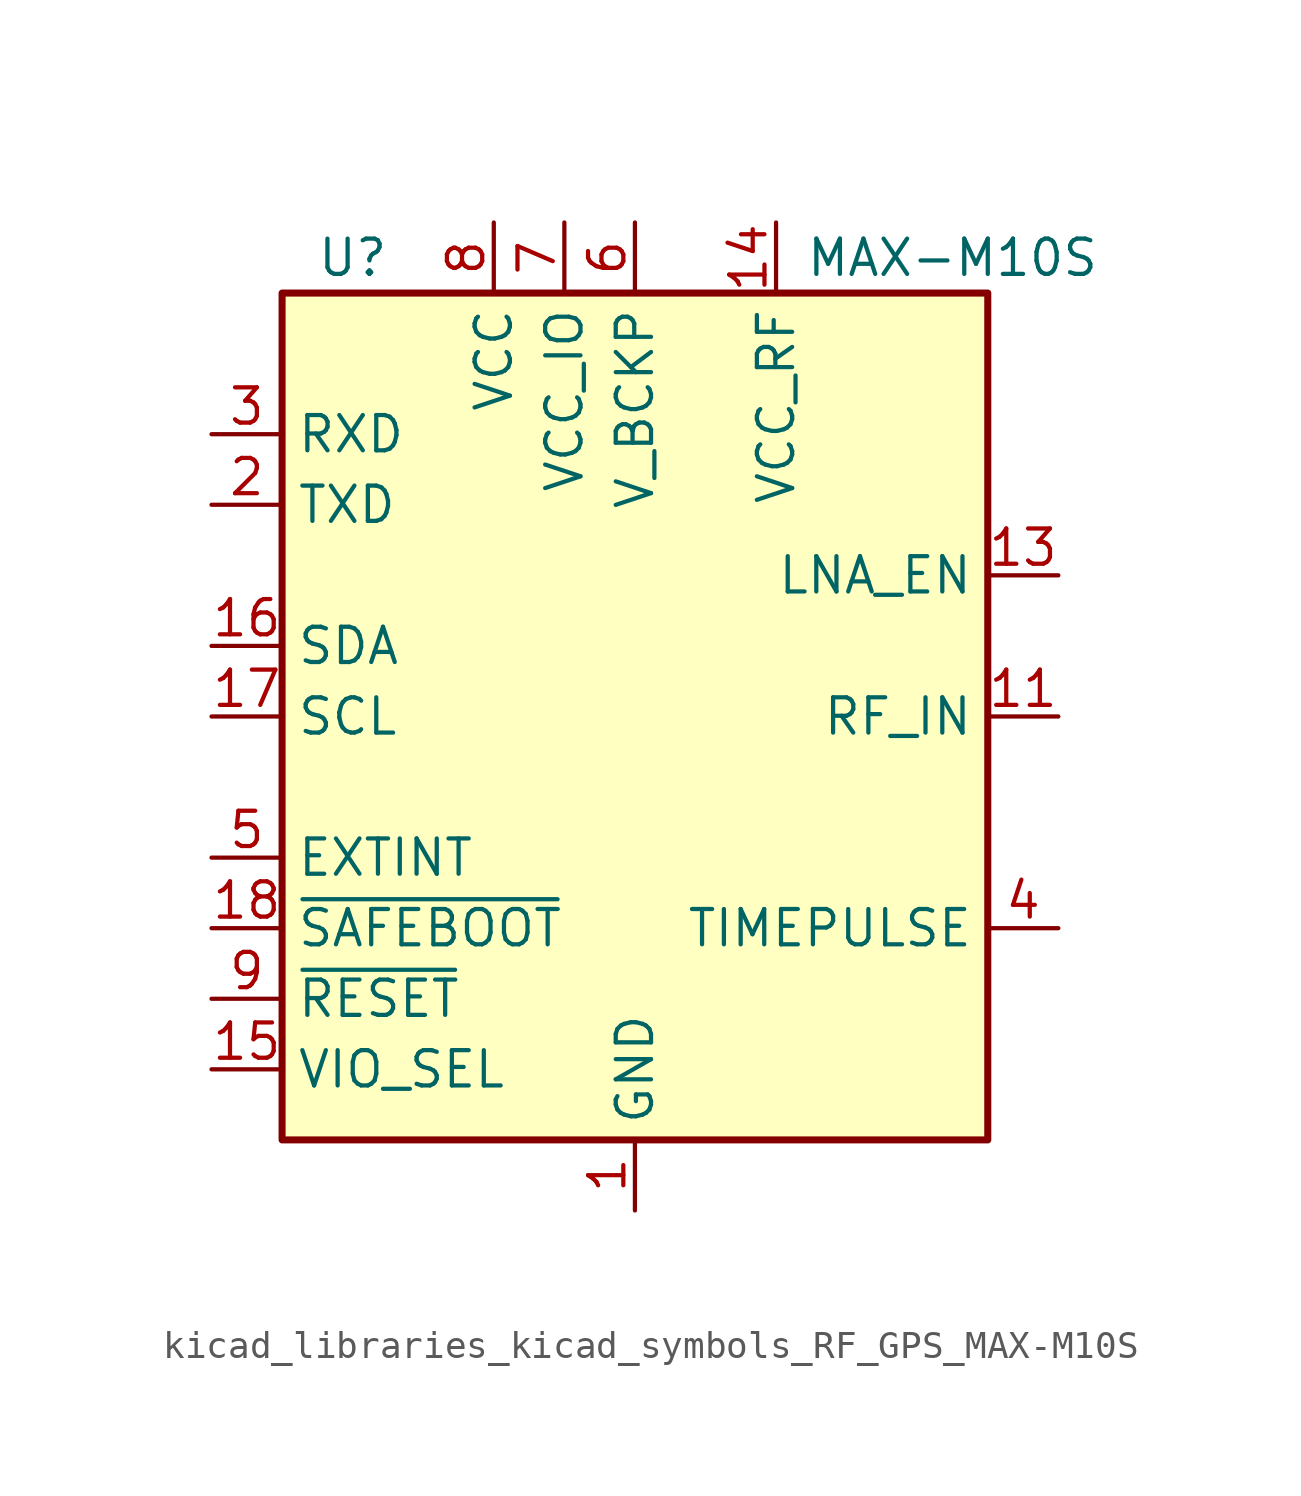
<source format=kicad_sym>
(kicad_symbol_lib
  (version 20220914)
  (generator kicad_symbol_editor)
  (symbol "kicad_libraries_kicad_symbols_RF_GPS_MAX-M10S"
    (property "Reference" "U"
      (at -10.16 16.51 0)
      (effects (font (size 1.27 1.27))))
    (property "Value" "MAX-M10S"
      (at 11.43 16.51 0)
      (effects (font (size 1.27 1.27))))
    (symbol "kicad_libraries_kicad_symbols_RF_GPS_MAX-M10S_0_1"
      (rectangle (start 12.7 15.24) (end -12.7 -15.24) (stroke (width 0.254) (type default)) (fill (type background))))
    (symbol "kicad_libraries_kicad_symbols_RF_GPS_MAX-M10S_1_1"
      (pin power_in line (at 0 -17.78 90) (length 2.54) (name "GND" (effects (font (size 1.27 1.27)))) (number "1" (effects (font (size 1.27 1.27)))))
      (pin passive line (at 0 -17.78 90) (length 2.54) hide (name "GND" (effects (font (size 1.27 1.27)))) (number "10" (effects (font (size 1.27 1.27)))))
      (pin input line (at 15.24 0 180) (length 2.54) (name "RF_IN" (effects (font (size 1.27 1.27)))) (number "11" (effects (font (size 1.27 1.27)))))
      (pin passive line (at 0 -17.78 90) (length 2.54) hide (name "GND" (effects (font (size 1.27 1.27)))) (number "12" (effects (font (size 1.27 1.27)))))
      (pin output line (at 15.24 5.08 180) (length 2.54) (name "LNA_EN" (effects (font (size 1.27 1.27)))) (number "13" (effects (font (size 1.27 1.27)))))
      (pin power_out line (at 5.08 17.78 270) (length 2.54) (name "VCC_RF" (effects (font (size 1.27 1.27)))) (number "14" (effects (font (size 1.27 1.27)))))
      (pin input line (at -15.24 -12.7 0) (length 2.54) (name "VIO_SEL" (effects (font (size 1.27 1.27)))) (number "15" (effects (font (size 1.27 1.27)))))
      (pin bidirectional line (at -15.24 2.54 0) (length 2.54) (name "SDA" (effects (font (size 1.27 1.27)))) (number "16" (effects (font (size 1.27 1.27)))))
      (pin input line (at -15.24 0 0) (length 2.54) (name "SCL" (effects (font (size 1.27 1.27)))) (number "17" (effects (font (size 1.27 1.27)))))
      (pin input line (at -15.24 -7.62 0) (length 2.54) (name "~{SAFEBOOT}" (effects (font (size 1.27 1.27)))) (number "18" (effects (font (size 1.27 1.27)))))
      (pin output line (at -15.24 7.62 0) (length 2.54) (name "TXD" (effects (font (size 1.27 1.27)))) (number "2" (effects (font (size 1.27 1.27)))))
      (pin input line (at -15.24 10.16 0) (length 2.54) (name "RXD" (effects (font (size 1.27 1.27)))) (number "3" (effects (font (size 1.27 1.27)))))
      (pin output line (at 15.24 -7.62 180) (length 2.54) (name "TIMEPULSE" (effects (font (size 1.27 1.27)))) (number "4" (effects (font (size 1.27 1.27)))))
      (pin input line (at -15.24 -5.08 0) (length 2.54) (name "EXTINT" (effects (font (size 1.27 1.27)))) (number "5" (effects (font (size 1.27 1.27)))))
      (pin power_in line (at 0 17.78 270) (length 2.54) (name "V_BCKP" (effects (font (size 1.27 1.27)))) (number "6" (effects (font (size 1.27 1.27)))))
      (pin power_in line (at -2.54 17.78 270) (length 2.54) (name "VCC_IO" (effects (font (size 1.27 1.27)))) (number "7" (effects (font (size 1.27 1.27)))))
      (pin power_in line (at -5.08 17.78 270) (length 2.54) (name "VCC" (effects (font (size 1.27 1.27)))) (number "8" (effects (font (size 1.27 1.27)))))
      (pin input line (at -15.24 -10.16 0) (length 2.54) (name "~{RESET}" (effects (font (size 1.27 1.27)))) (number "9" (effects (font (size 1.27 1.27))))))))
</source>
